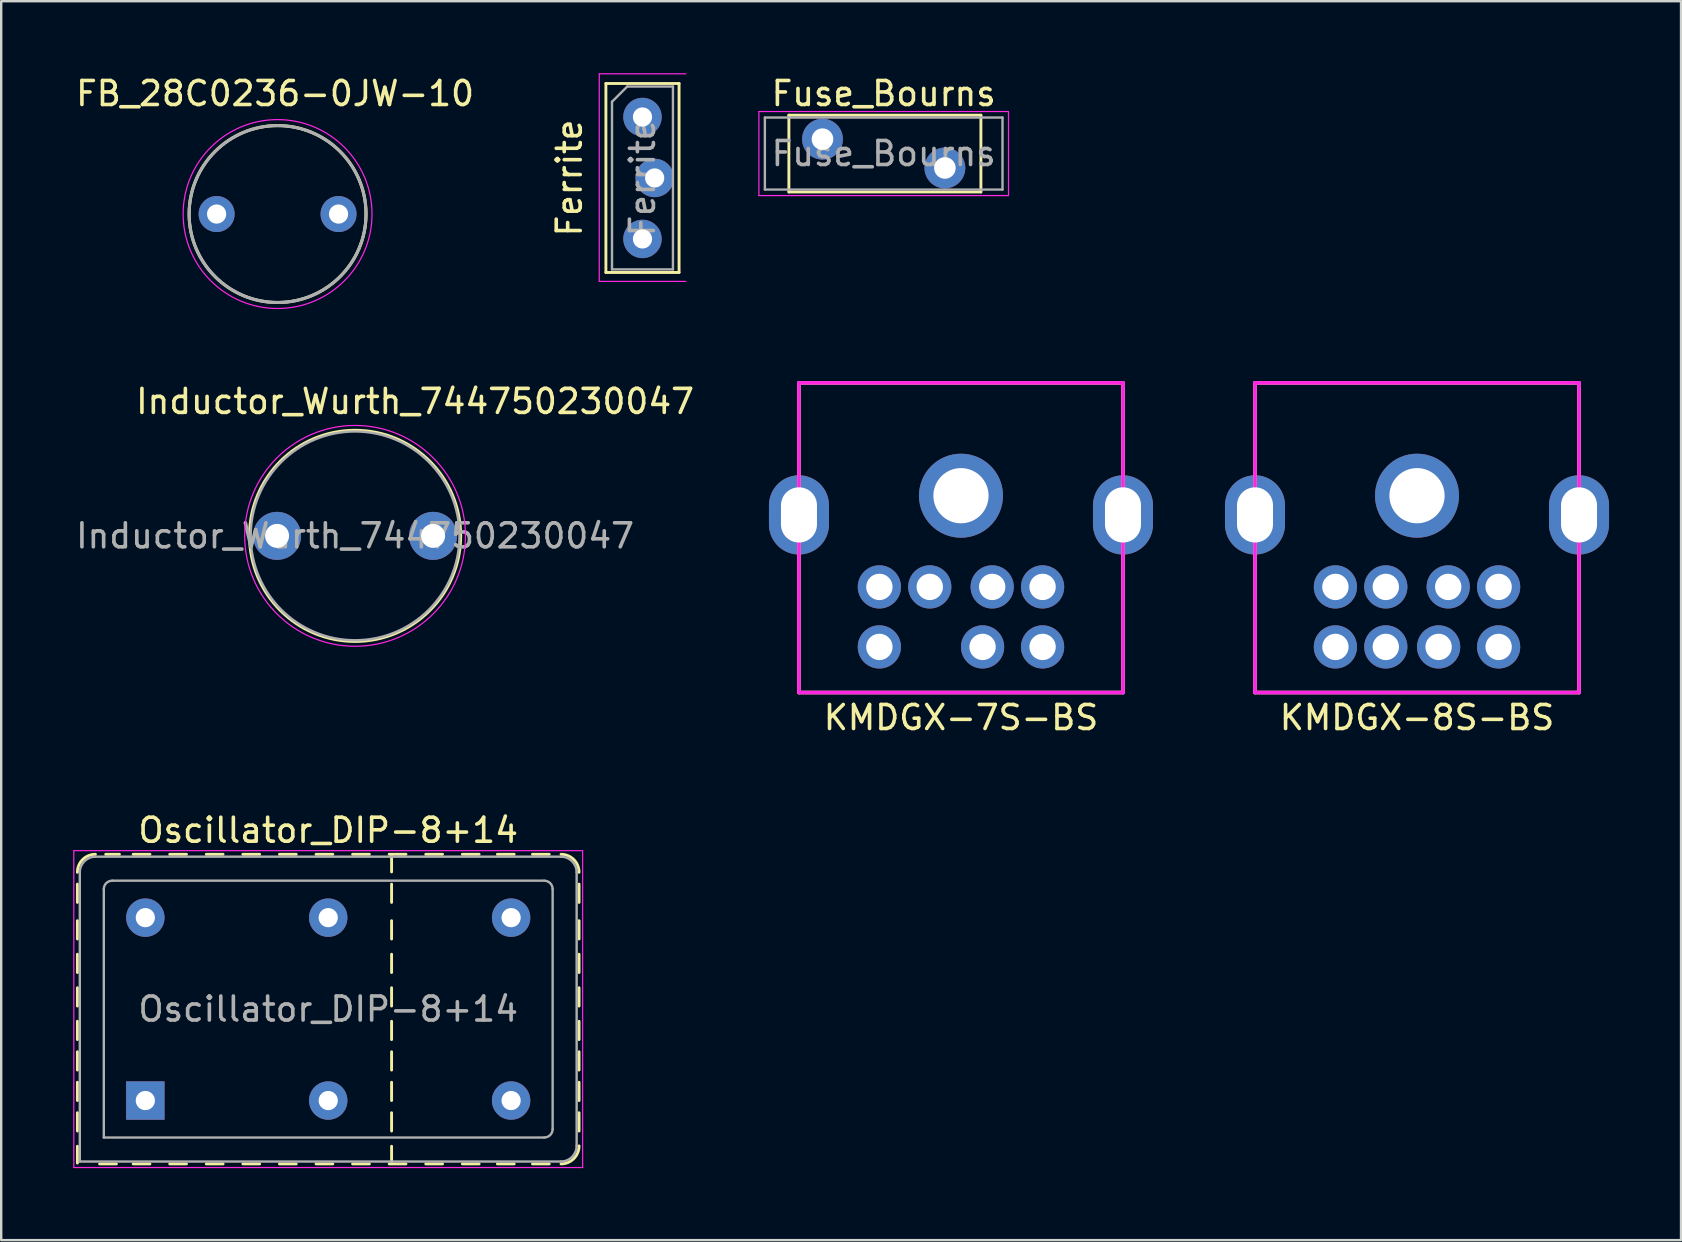
<source format=kicad_pcb>
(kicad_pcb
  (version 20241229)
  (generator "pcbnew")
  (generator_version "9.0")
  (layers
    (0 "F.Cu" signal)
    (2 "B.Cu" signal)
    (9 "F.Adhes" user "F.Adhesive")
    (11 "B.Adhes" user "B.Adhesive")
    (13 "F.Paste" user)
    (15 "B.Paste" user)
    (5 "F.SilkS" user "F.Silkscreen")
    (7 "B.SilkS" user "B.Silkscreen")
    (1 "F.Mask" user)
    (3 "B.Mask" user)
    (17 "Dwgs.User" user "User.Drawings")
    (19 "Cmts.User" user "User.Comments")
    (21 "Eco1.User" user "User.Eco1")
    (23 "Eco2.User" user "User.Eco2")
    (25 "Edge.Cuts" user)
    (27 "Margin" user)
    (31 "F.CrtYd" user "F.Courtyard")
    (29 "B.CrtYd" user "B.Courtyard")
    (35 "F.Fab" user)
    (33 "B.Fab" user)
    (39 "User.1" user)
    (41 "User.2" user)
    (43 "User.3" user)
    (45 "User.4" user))
  (footprint "KMDGX-7S-BS"
    (layer "F.Cu")
    (at 36.988 19.353)
    (property "Reference" "KMDGX-7S-BS" (at 0 7.493 0) (layer "F.SilkS") (effects (font (size 1 1) (thickness 0.15))))
    (attr through_hole)
    (fp_line (start -6.75 -6.45) (end 6.75 -6.45) (stroke (width 0.15) (type solid)) (layer "F.SilkS"))
    (fp_line (start -6.75 6.45) (end -6.75 -6.45) (stroke (width 0.15) (type solid)) (layer "F.SilkS"))
    (fp_line (start 6.75 -6.45) (end 6.75 6.45) (stroke (width 0.15) (type solid)) (layer "F.SilkS"))
    (fp_line (start 6.75 6.45) (end -6.75 6.45) (stroke (width 0.15) (type solid)) (layer "F.SilkS"))
    (fp_line (start -6.75 -6.45) (end 6.75 -6.45) (stroke (width 0.15) (type solid)) (layer "F.CrtYd"))
    (fp_line (start -6.75 6.45) (end -6.75 -6.45) (stroke (width 0.15) (type solid)) (layer "F.CrtYd"))
    (fp_line (start 6.75 -6.45) (end 6.75 6.45) (stroke (width 0.15) (type solid)) (layer "F.CrtYd"))
    (fp_line (start 6.75 6.45) (end -6.75 6.45) (stroke (width 0.15) (type solid)) (layer "F.CrtYd"))
    (pad "0" thru_hole oval (at -6.75 -0.95) (size 2.5 3.3) (drill oval 1.5 2.3) (layers "*.Cu" "*.Mask"))
    (pad "0" thru_hole circle (at 0 -1.75) (size 3.5 3.5) (drill 2.3) (layers "*.Cu" "*.Mask"))
    (pad "0" thru_hole oval (at 6.75 -0.95) (size 2.5 3.3) (drill oval 1.5 2.3) (layers "*.Cu" "*.Mask"))
    (pad "1" thru_hole circle (at -1.3 2.05) (size 1.8 1.8) (drill 1.1) (layers "*.Cu" "*.Mask"))
    (pad "2" thru_hole circle (at 1.3 2.05) (size 1.8 1.8) (drill 1.1) (layers "*.Cu" "*.Mask"))
    (pad "3" thru_hole circle (at -3.4 2.05) (size 1.8 1.8) (drill 1.1) (layers "*.Cu" "*.Mask"))
    (pad "5" thru_hole circle (at 3.4 2.05) (size 1.8 1.8) (drill 1.1) (layers "*.Cu" "*.Mask"))
    (pad "6" thru_hole circle (at -3.4 4.55) (size 1.8 1.8) (drill 1.1) (layers "*.Cu" "*.Mask"))
    (pad "7" thru_hole circle (at 0.9 4.55) (size 1.8 1.8) (drill 1.1) (layers "*.Cu" "*.Mask"))
    (pad "8" thru_hole circle (at 3.4 4.55) (size 1.8 1.8) (drill 1.1) (layers "*.Cu" "*.Mask")))
  (footprint "Oscillator_DIP-8+14"
    (layer "F.Cu")
    (at 3.005 42.803)
    (property "Reference" "Oscillator_DIP-8+14" (at 7.62 -11.26 0) (layer "F.SilkS") (effects (font (size 1 1) (thickness 0.15))))
    (attr through_hole)
    (fp_line (start -2.83 -8.255) (end -2.83 -9.017) (stroke (width 0.12) (type solid)) (layer "F.SilkS"))
    (fp_line (start -2.83 -6.731) (end -2.83 -7.493) (stroke (width 0.12) (type solid)) (layer "F.SilkS"))
    (fp_line (start -2.83 -5.334) (end -2.83 -6.096) (stroke (width 0.12) (type solid)) (layer "F.SilkS"))
    (fp_line (start -2.83 -3.937) (end -2.83 -4.699) (stroke (width 0.12) (type solid)) (layer "F.SilkS"))
    (fp_line (start -2.83 -2.54) (end -2.83 -3.302) (stroke (width 0.12) (type solid)) (layer "F.SilkS"))
    (fp_line (start -2.83 -1.27) (end -2.83 -2.032) (stroke (width 0.12) (type solid)) (layer "F.SilkS"))
    (fp_line (start -2.83 0) (end -2.83 -0.762) (stroke (width 0.12) (type solid)) (layer "F.SilkS"))
    (fp_line (start -2.83 1.27) (end -2.83 0.508) (stroke (width 0.12) (type solid)) (layer "F.SilkS"))
    (fp_line (start -2.83 2.603) (end -2.83 1.905) (stroke (width 0.12) (type solid)) (layer "F.SilkS"))
    (fp_line (start -1.206 2.64) (end -1.905 2.64) (stroke (width 0.12) (type solid)) (layer "F.SilkS"))
    (fp_line (start -1.079 -10.26) (end -1.651 -10.26) (stroke (width 0.12) (type solid)) (layer "F.SilkS"))
    (fp_line (start 0.191 -10.26) (end -0.508 -10.26) (stroke (width 0.12) (type solid)) (layer "F.SilkS"))
    (fp_line (start 0.191 2.64) (end -0.508 2.64) (stroke (width 0.12) (type solid)) (layer "F.SilkS"))
    (fp_line (start 1.714 -10.26) (end 1.016 -10.26) (stroke (width 0.12) (type solid)) (layer "F.SilkS"))
    (fp_line (start 1.714 2.64) (end 1.016 2.64) (stroke (width 0.12) (type solid)) (layer "F.SilkS"))
    (fp_line (start 3.239 -10.26) (end 2.54 -10.26) (stroke (width 0.12) (type solid)) (layer "F.SilkS"))
    (fp_line (start 3.239 2.64) (end 2.54 2.64) (stroke (width 0.12) (type solid)) (layer "F.SilkS"))
    (fp_line (start 4.763 -10.26) (end 4.064 -10.26) (stroke (width 0.12) (type solid)) (layer "F.SilkS"))
    (fp_line (start 4.763 2.64) (end 4.064 2.64) (stroke (width 0.12) (type solid)) (layer "F.SilkS"))
    (fp_line (start 6.287 -10.26) (end 5.588 -10.26) (stroke (width 0.12) (type solid)) (layer "F.SilkS"))
    (fp_line (start 6.287 2.64) (end 5.588 2.64) (stroke (width 0.12) (type solid)) (layer "F.SilkS"))
    (fp_line (start 7.811 -10.26) (end 7.112 -10.26) (stroke (width 0.12) (type solid)) (layer "F.SilkS"))
    (fp_line (start 7.811 2.64) (end 7.112 2.64) (stroke (width 0.12) (type solid)) (layer "F.SilkS"))
    (fp_line (start 9.335 -10.26) (end 8.636 -10.26) (stroke (width 0.12) (type solid)) (layer "F.SilkS"))
    (fp_line (start 9.335 2.64) (end 8.636 2.64) (stroke (width 0.12) (type solid)) (layer "F.SilkS"))
    (fp_line (start 10.26 -9.525) (end 10.26 -10.223) (stroke (width 0.12) (type solid)) (layer "F.SilkS"))
    (fp_line (start 10.26 -8.255) (end 10.26 -9.017) (stroke (width 0.12) (type solid)) (layer "F.SilkS"))
    (fp_line (start 10.26 -6.731) (end 10.26 -7.493) (stroke (width 0.12) (type solid)) (layer "F.SilkS"))
    (fp_line (start 10.26 -5.334) (end 10.26 -6.096) (stroke (width 0.12) (type solid)) (layer "F.SilkS"))
    (fp_line (start 10.26 -3.937) (end 10.26 -4.699) (stroke (width 0.12) (type solid)) (layer "F.SilkS"))
    (fp_line (start 10.26 -2.54) (end 10.26 -3.302) (stroke (width 0.12) (type solid)) (layer "F.SilkS"))
    (fp_line (start 10.26 -1.27) (end 10.26 -2.032) (stroke (width 0.12) (type solid)) (layer "F.SilkS"))
    (fp_line (start 10.26 0) (end 10.26 -0.762) (stroke (width 0.12) (type solid)) (layer "F.SilkS"))
    (fp_line (start 10.26 1.27) (end 10.26 0.508) (stroke (width 0.12) (type solid)) (layer "F.SilkS"))
    (fp_line (start 10.26 2.603) (end 10.26 1.905) (stroke (width 0.12) (type solid)) (layer "F.SilkS"))
    (fp_line (start 10.858 -10.26) (end 10.16 -10.26) (stroke (width 0.12) (type solid)) (layer "F.SilkS"))
    (fp_line (start 10.858 2.64) (end 10.16 2.64) (stroke (width 0.12) (type solid)) (layer "F.SilkS"))
    (fp_line (start 12.383 -10.26) (end 11.684 -10.26) (stroke (width 0.12) (type solid)) (layer "F.SilkS"))
    (fp_line (start 12.383 2.64) (end 11.684 2.64) (stroke (width 0.12) (type solid)) (layer "F.SilkS"))
    (fp_line (start 13.906 -10.26) (end 13.208 -10.26) (stroke (width 0.12) (type solid)) (layer "F.SilkS"))
    (fp_line (start 13.906 2.64) (end 13.208 2.64) (stroke (width 0.12) (type solid)) (layer "F.SilkS"))
    (fp_line (start 15.367 -10.26) (end 14.668 -10.26) (stroke (width 0.12) (type solid)) (layer "F.SilkS"))
    (fp_line (start 15.367 2.64) (end 14.668 2.64) (stroke (width 0.12) (type solid)) (layer "F.SilkS"))
    (fp_line (start 16.828 -10.26) (end 16.129 -10.26) (stroke (width 0.12) (type solid)) (layer "F.SilkS"))
    (fp_line (start 16.828 2.64) (end 16.129 2.64) (stroke (width 0.12) (type solid)) (layer "F.SilkS"))
    (fp_line (start 18.07 -8.255) (end 18.07 -9.017) (stroke (width 0.12) (type solid)) (layer "F.SilkS"))
    (fp_line (start 18.07 -6.731) (end 18.07 -7.493) (stroke (width 0.12) (type solid)) (layer "F.SilkS"))
    (fp_line (start 18.07 -5.334) (end 18.07 -6.096) (stroke (width 0.12) (type solid)) (layer "F.SilkS"))
    (fp_line (start 18.07 -3.937) (end 18.07 -4.699) (stroke (width 0.12) (type solid)) (layer "F.SilkS"))
    (fp_line (start 18.07 -2.54) (end 18.07 -3.302) (stroke (width 0.12) (type solid)) (layer "F.SilkS"))
    (fp_line (start 18.07 -1.27) (end 18.07 -2.032) (stroke (width 0.12) (type solid)) (layer "F.SilkS"))
    (fp_line (start 18.07 0) (end 18.07 -0.762) (stroke (width 0.12) (type solid)) (layer "F.SilkS"))
    (fp_line (start 18.07 1.27) (end 18.07 0.508) (stroke (width 0.12) (type solid)) (layer "F.SilkS"))
    (fp_arc (start -2.83 -9.51) (mid -2.61033 -10.04033) (end -2.08 -10.26) (stroke (width 0.12) (type solid)) (layer "F.SilkS"))
    (fp_arc (start 17.32 -10.26) (mid 17.85033 -10.04033) (end 18.07 -9.51) (stroke (width 0.12) (type solid)) (layer "F.SilkS"))
    (fp_arc (start 18.07 1.89) (mid 17.85033 2.42033) (end 17.32 2.64) (stroke (width 0.12) (type solid)) (layer "F.SilkS"))
    (fp_line (start -2.98 -10.41) (end -2.98 2.79) (stroke (width 0.05) (type solid)) (layer "F.CrtYd"))
    (fp_line (start -2.98 2.79) (end 18.22 2.79) (stroke (width 0.05) (type solid)) (layer "F.CrtYd"))
    (fp_line (start 18.22 -10.41) (end -2.98 -10.41) (stroke (width 0.05) (type solid)) (layer "F.CrtYd"))
    (fp_line (start 18.22 2.79) (end 18.22 -10.41) (stroke (width 0.05) (type solid)) (layer "F.CrtYd"))
    (fp_line (start -2.73 2.54) (end -2.73 -9.51) (stroke (width 0.1) (type solid)) (layer "F.Fab"))
    (fp_line (start -2.73 2.54) (end 17.32 2.54) (stroke (width 0.1) (type solid)) (layer "F.Fab"))
    (fp_line (start -2.08 -10.16) (end 17.32 -10.16) (stroke (width 0.1) (type solid)) (layer "F.Fab"))
    (fp_line (start -1.73 1.54) (end -1.73 -8.81) (stroke (width 0.1) (type solid)) (layer "F.Fab"))
    (fp_line (start -1.73 1.54) (end 16.62 1.54) (stroke (width 0.1) (type solid)) (layer "F.Fab"))
    (fp_line (start -1.38 -9.16) (end 16.62 -9.16) (stroke (width 0.1) (type solid)) (layer "F.Fab"))
    (fp_line (start 16.97 1.19) (end 16.97 -8.81) (stroke (width 0.1) (type solid)) (layer "F.Fab"))
    (fp_line (start 17.97 -9.51) (end 17.97 1.89) (stroke (width 0.1) (type solid)) (layer "F.Fab"))
    (fp_arc (start -2.73 -9.51) (mid -2.539619 -9.969619) (end -2.08 -10.16) (stroke (width 0.1) (type solid)) (layer "F.Fab"))
    (fp_arc (start -1.73 -8.81) (mid -1.627487 -9.057487) (end -1.38 -9.16) (stroke (width 0.1) (type solid)) (layer "F.Fab"))
    (fp_arc (start 16.62 -9.16) (mid 16.867487 -9.057487) (end 16.97 -8.81) (stroke (width 0.1) (type solid)) (layer "F.Fab"))
    (fp_arc (start 16.97 1.19) (mid 16.867487 1.437487) (end 16.62 1.54) (stroke (width 0.1) (type solid)) (layer "F.Fab"))
    (fp_arc (start 17.32 -10.16) (mid 17.779619 -9.969619) (end 17.97 -9.51) (stroke (width 0.1) (type solid)) (layer "F.Fab"))
    (fp_arc (start 17.97 1.89) (mid 17.779619 2.349619) (end 17.32 2.54) (stroke (width 0.1) (type solid)) (layer "F.Fab"))
    (fp_text user "${REFERENCE}" (at 7.62 -3.81 0) (layer "F.Fab") (effects (font (size 1 1) (thickness 0.15))))
    (pad "1" thru_hole rect (at 0 0) (size 1.6 1.6) (drill 0.8) (layers "*.Cu" "*.Mask"))
    (pad "7" thru_hole circle (at 7.62 0) (size 1.6 1.6) (drill 0.8) (layers "*.Cu" "*.Mask"))
    (pad "7" thru_hole circle (at 15.24 0) (size 1.6 1.6) (drill 0.8) (layers "*.Cu" "*.Mask"))
    (pad "8" thru_hole circle (at 7.62 -7.62) (size 1.6 1.6) (drill 0.8) (layers "*.Cu" "*.Mask"))
    (pad "8" thru_hole circle (at 15.24 -7.62) (size 1.6 1.6) (drill 0.8) (layers "*.Cu" "*.Mask"))
    (pad "14" thru_hole circle (at 0 -7.62) (size 1.6 1.6) (drill 0.8) (layers "*.Cu" "*.Mask")))
  (footprint "Ferrite"
    (layer "F.Cu")
    (at 23.718 1.825)
    (property "Reference" "Ferrite" (at -3.048 2.54 270) (layer "F.SilkS") (effects (font (size 1 1) (thickness 0.15))))
    (attr through_hole)
    (fp_line (start -1.524 -1.397) (end -1.524 6.477) (stroke (width 0.12) (type solid)) (layer "F.SilkS"))
    (fp_line (start -1.524 -1.397) (end 1.524 -1.397) (stroke (width 0.12) (type solid)) (layer "F.SilkS"))
    (fp_line (start -1.524 6.477) (end 1.524 6.477) (stroke (width 0.12) (type solid)) (layer "F.SilkS"))
    (fp_line (start 1.524 -1.397) (end 1.524 6.477) (stroke (width 0.12) (type solid)) (layer "F.SilkS"))
    (fp_line (start -1.8 -1.8) (end -1.8 6.85) (stroke (width 0.05) (type solid)) (layer "F.CrtYd"))
    (fp_line (start -1.8 6.85) (end 1.8 6.85) (stroke (width 0.05) (type solid)) (layer "F.CrtYd"))
    (fp_line (start 1.8 -1.8) (end -1.8 -1.8) (stroke (width 0.05) (type solid)) (layer "F.CrtYd"))
    (fp_line (start -1.27 -0.635) (end -0.635 -1.27) (stroke (width 0.1) (type solid)) (layer "F.Fab"))
    (fp_line (start -1.27 6.35) (end -1.27 -0.635) (stroke (width 0.1) (type solid)) (layer "F.Fab"))
    (fp_line (start -0.635 -1.27) (end 1.27 -1.27) (stroke (width 0.1) (type solid)) (layer "F.Fab"))
    (fp_line (start 1.27 -1.27) (end 1.27 6.35) (stroke (width 0.1) (type solid)) (layer "F.Fab"))
    (fp_line (start 1.27 6.35) (end -1.27 6.35) (stroke (width 0.1) (type solid)) (layer "F.Fab"))
    (fp_text user "${REFERENCE}" (at 0 2.54 270) (layer "F.Fab") (effects (font (size 1 1) (thickness 0.15))))
    (pad "1" thru_hole circle (at 0 0) (size 1.6 1.6) (drill 0.8) (layers "*.Cu" "*.Mask"))
    (pad "2" thru_hole circle (at 0 5.08) (size 1.6 1.6) (drill 0.8) (layers "*.Cu" "*.Mask"))
    (pad "3" thru_hole circle (at 0.508 2.54) (size 1.6 1.6) (drill 0.8) (layers "*.Cu" "*.Mask")))
  (footprint "Inductor_Wurth_744750230047"
    (layer "F.Cu")
    (at 11.744 19.276)
    (property "Reference" "Inductor_Wurth_744750230047" (at 2.5 -5.6 0) (layer "F.SilkS") (effects (font (size 1 1) (thickness 0.15))))
    (attr through_hole)
    (fp_circle (center 0 0) (end 4.4 0) (stroke (width 0.12) (type solid)) (fill no) (layer "F.SilkS"))
    (fp_circle (center 0 0) (end 4.6 0) (stroke (width 0.05) (type solid)) (fill no) (layer "F.CrtYd"))
    (fp_circle (center 0 0) (end 4.35 0) (stroke (width 0.1) (type solid)) (fill no) (layer "F.Fab"))
    (fp_text user "${REFERENCE}" (at 0 0 0) (layer "F.Fab") (effects (font (size 1 1) (thickness 0.15))))
    (pad "1" thru_hole circle (at -3.25 0) (size 2 2) (drill 1) (layers "*.Cu" "*.Mask"))
    (pad "2" thru_hole circle (at 3.25 0) (size 2 2) (drill 1) (layers "*.Cu" "*.Mask")))
  (footprint "Fuse_Bourns"
    (layer "F.Cu")
    (at 31.218 2.748)
    (property "Reference" "Fuse_Bourns" (at 2.55 -1.9 0) (layer "F.SilkS") (effects (font (size 1 1) (thickness 0.15))))
    (attr through_hole)
    (fp_line (start -1.4 -1) (end -1.4 2.2) (stroke (width 0.12) (type solid)) (layer "F.SilkS"))
    (fp_line (start -1.4 -1) (end 6.6 -1) (stroke (width 0.12) (type solid)) (layer "F.SilkS"))
    (fp_line (start -1.4 2.2) (end 6.6 2.2) (stroke (width 0.12) (type solid)) (layer "F.SilkS"))
    (fp_line (start 6.6 -1) (end 6.6 2.2) (stroke (width 0.12) (type solid)) (layer "F.SilkS"))
    (fp_line (start -2.65 -1.15) (end -2.65 2.35) (stroke (width 0.05) (type solid)) (layer "F.CrtYd"))
    (fp_line (start -2.65 2.35) (end 7.75 2.35) (stroke (width 0.05) (type solid)) (layer "F.CrtYd"))
    (fp_line (start 7.75 -1.15) (end -2.65 -1.15) (stroke (width 0.05) (type solid)) (layer "F.CrtYd"))
    (fp_line (start 7.75 2.35) (end 7.75 -1.15) (stroke (width 0.05) (type solid)) (layer "F.CrtYd"))
    (fp_line (start -2.4 -0.9) (end -2.4 2.1) (stroke (width 0.1) (type solid)) (layer "F.Fab"))
    (fp_line (start -2.4 2.1) (end 7.5 2.1) (stroke (width 0.1) (type solid)) (layer "F.Fab"))
    (fp_line (start 7.5 -0.9) (end -2.4 -0.9) (stroke (width 0.1) (type solid)) (layer "F.Fab"))
    (fp_line (start 7.5 2.1) (end 7.5 -0.9) (stroke (width 0.1) (type solid)) (layer "F.Fab"))
    (fp_text user "${REFERENCE}" (at 2.55 0.6 0) (layer "F.Fab") (effects (font (size 1 1) (thickness 0.15))))
    (pad "1" thru_hole circle (at 0 0) (size 1.7 1.7) (drill 0.9) (layers "*.Cu" "*.Mask"))
    (pad "2" thru_hole circle (at 5.1 1.2) (size 1.7 1.7) (drill 0.9) (layers "*.Cu" "*.Mask")))
  (footprint "FB_28C0236-0JW-10"
    (layer "F.Cu")
    (at 8.515 5.868)
    (property "Reference" "FB_28C0236-0JW-10" (at -0.104 -5.02 0) (layer "F.SilkS") (effects (font (size 1 1) (thickness 0.15))))
    (attr through_hole)
    (fp_circle (center 0 0) (end 3.685 0) (stroke (width 0.127) (type solid)) (fill no) (layer "F.SilkS"))
    (fp_circle (center 0 0) (end 3.935 0) (stroke (width 0.05) (type solid)) (fill no) (layer "F.CrtYd"))
    (fp_circle (center 0 0) (end 3.685 0) (stroke (width 0.127) (type solid)) (fill no) (layer "F.Fab"))
    (pad "1" thru_hole circle (at -2.54 0) (size 1.5 1.5) (drill 0.8) (layers "*.Cu" "*.Mask"))
    (pad "2" thru_hole circle (at 2.54 0) (size 1.5 1.5) (drill 0.8) (layers "*.Cu" "*.Mask")))
  (footprint "KMDGX-8S-BS"
    (layer "F.Cu")
    (at 55.988 19.353)
    (property "Reference" "KMDGX-8S-BS" (at 0 7.493 0) (layer "F.SilkS") (effects (font (size 1 1) (thickness 0.15))))
    (attr through_hole)
    (fp_line (start -6.75 -6.45) (end 6.75 -6.45) (stroke (width 0.15) (type solid)) (layer "F.SilkS"))
    (fp_line (start -6.75 6.45) (end -6.75 -6.45) (stroke (width 0.15) (type solid)) (layer "F.SilkS"))
    (fp_line (start 6.75 -6.45) (end 6.75 6.45) (stroke (width 0.15) (type solid)) (layer "F.SilkS"))
    (fp_line (start 6.75 6.45) (end -6.75 6.45) (stroke (width 0.15) (type solid)) (layer "F.SilkS"))
    (fp_line (start -6.75 -6.45) (end 6.75 -6.45) (stroke (width 0.15) (type solid)) (layer "F.CrtYd"))
    (fp_line (start -6.75 6.45) (end -6.75 -6.45) (stroke (width 0.15) (type solid)) (layer "F.CrtYd"))
    (fp_line (start 6.75 -6.45) (end 6.75 6.45) (stroke (width 0.15) (type solid)) (layer "F.CrtYd"))
    (fp_line (start 6.75 6.45) (end -6.75 6.45) (stroke (width 0.15) (type solid)) (layer "F.CrtYd"))
    (pad "0" thru_hole oval (at -6.75 -0.95) (size 2.5 3.3) (drill oval 1.5 2.3) (layers "*.Cu" "*.Mask"))
    (pad "0" thru_hole circle (at 0 -1.75) (size 3.5 3.5) (drill 2.3) (layers "*.Cu" "*.Mask"))
    (pad "0" thru_hole oval (at 6.75 -0.95) (size 2.5 3.3) (drill oval 1.5 2.3) (layers "*.Cu" "*.Mask"))
    (pad "1" thru_hole circle (at -1.3 2.05) (size 1.8 1.8) (drill 1.1) (layers "*.Cu" "*.Mask"))
    (pad "2" thru_hole circle (at 1.3 2.05) (size 1.8 1.8) (drill 1.1) (layers "*.Cu" "*.Mask"))
    (pad "3" thru_hole circle (at -3.4 2.05) (size 1.8 1.8) (drill 1.1) (layers "*.Cu" "*.Mask"))
    (pad "4" thru_hole circle (at -1.3 4.55) (size 1.8 1.8) (drill 1.1) (layers "*.Cu" "*.Mask"))
    (pad "5" thru_hole circle (at 3.4 2.05) (size 1.8 1.8) (drill 1.1) (layers "*.Cu" "*.Mask"))
    (pad "6" thru_hole circle (at -3.4 4.55) (size 1.8 1.8) (drill 1.1) (layers "*.Cu" "*.Mask"))
    (pad "7" thru_hole circle (at 0.9 4.55) (size 1.8 1.8) (drill 1.1) (layers "*.Cu" "*.Mask"))
    (pad "8" thru_hole circle (at 3.4 4.55) (size 1.8 1.8) (drill 1.1) (layers "*.Cu" "*.Mask")))
  (gr_rect
    (start -3 -3)
    (end 66.988 48.618)
    (stroke (width 0.1) (type default))
    (fill no)
    (layer "Edge.Cuts")))
</source>
